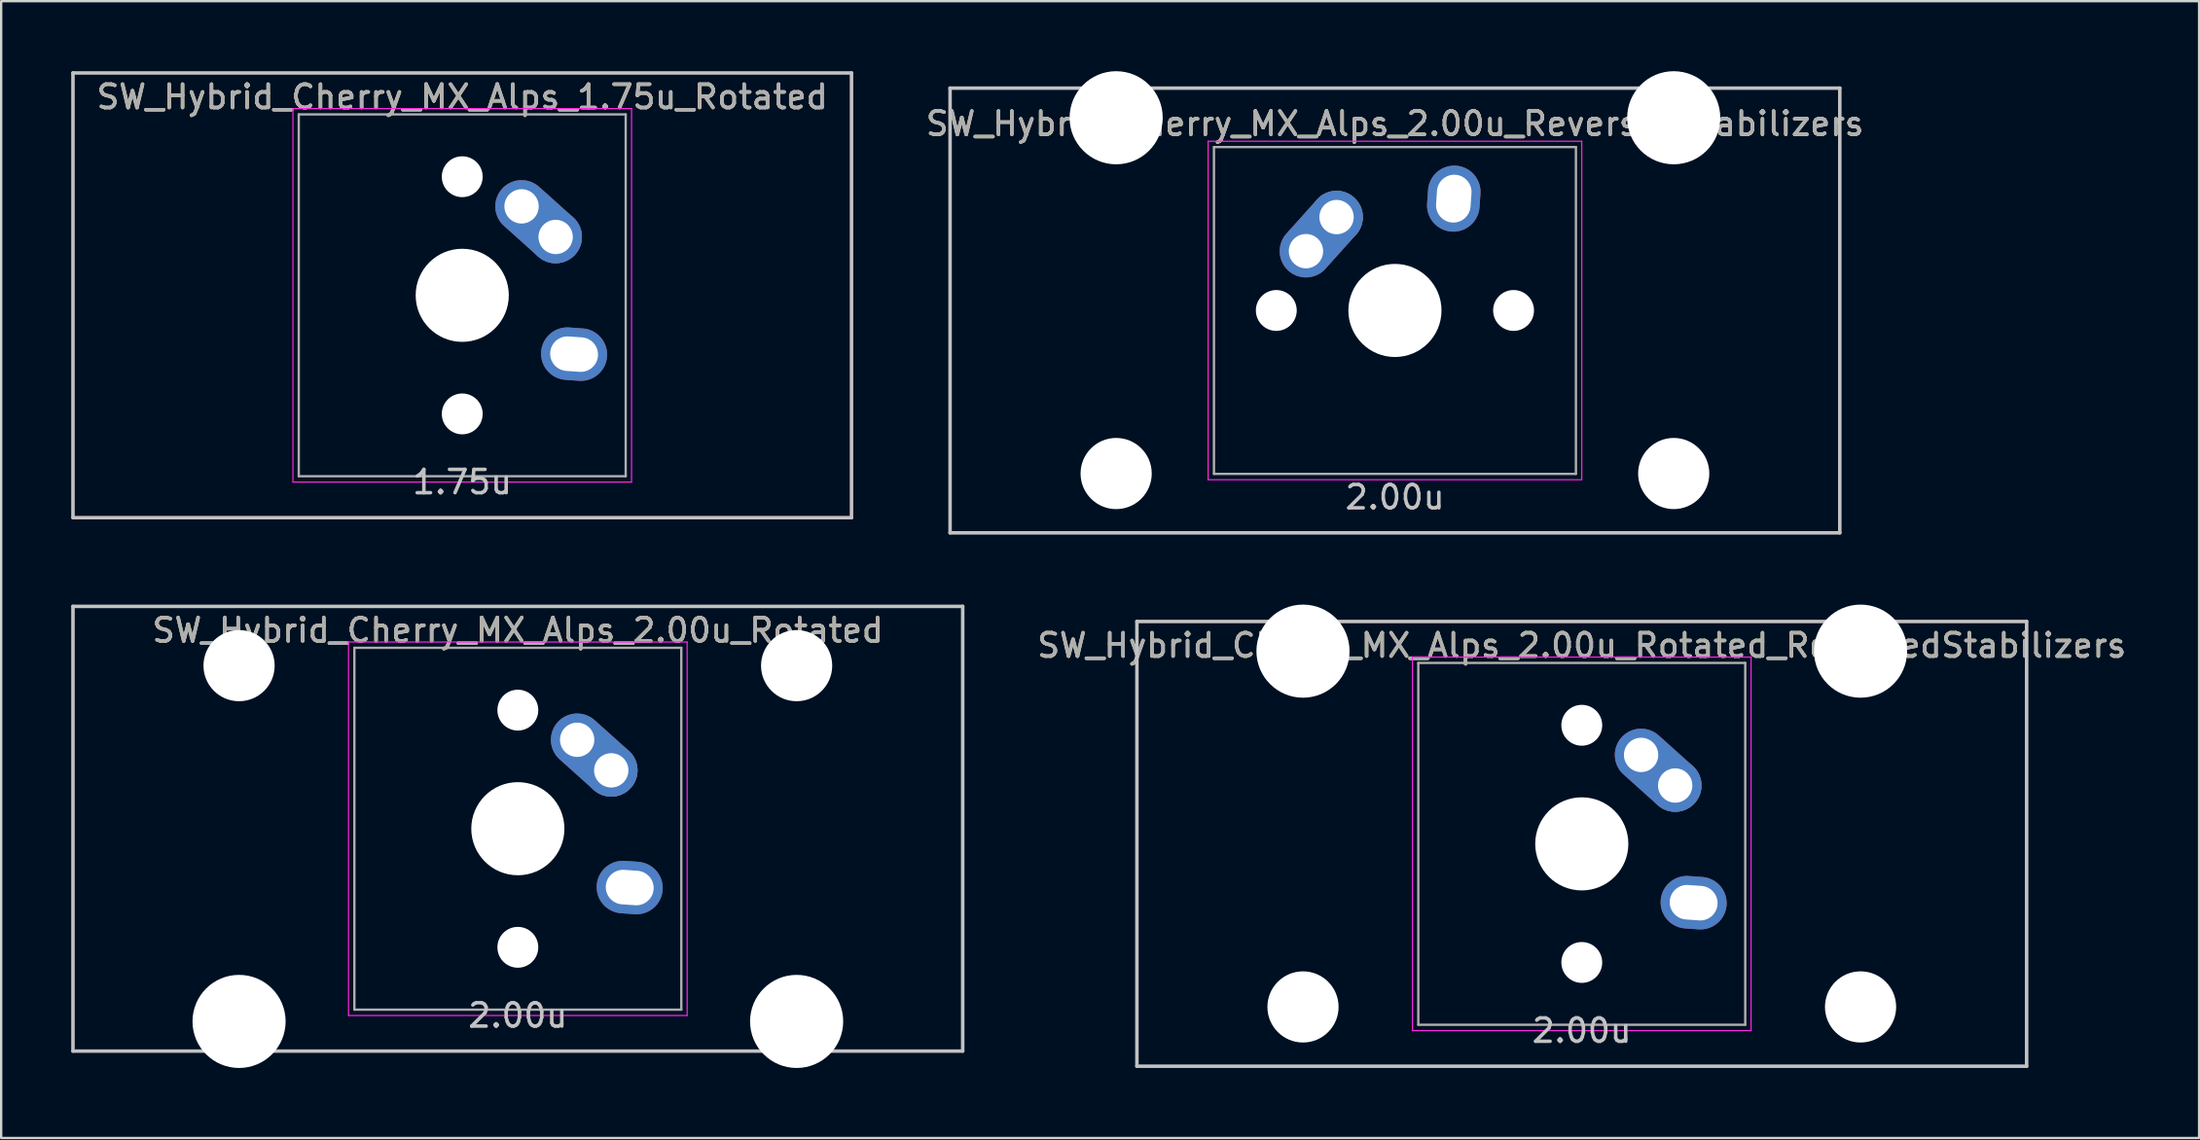
<source format=kicad_pcb>
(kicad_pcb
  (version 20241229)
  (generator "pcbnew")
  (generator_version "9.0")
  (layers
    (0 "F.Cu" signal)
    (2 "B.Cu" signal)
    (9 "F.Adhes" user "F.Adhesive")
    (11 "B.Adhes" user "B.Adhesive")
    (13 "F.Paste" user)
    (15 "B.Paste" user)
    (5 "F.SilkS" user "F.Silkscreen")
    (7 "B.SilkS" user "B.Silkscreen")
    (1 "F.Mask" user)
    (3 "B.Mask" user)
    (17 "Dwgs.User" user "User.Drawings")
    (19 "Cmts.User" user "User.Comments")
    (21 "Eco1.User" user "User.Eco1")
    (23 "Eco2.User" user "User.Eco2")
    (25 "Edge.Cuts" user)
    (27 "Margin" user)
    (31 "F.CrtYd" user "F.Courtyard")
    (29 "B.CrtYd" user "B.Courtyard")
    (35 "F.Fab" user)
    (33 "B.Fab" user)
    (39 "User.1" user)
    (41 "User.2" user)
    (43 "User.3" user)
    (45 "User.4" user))
  (footprint "SW_Hybrid_Cherry_MX_Alps_2.00u_Rotated"
    (layer "F.Cu")
    (at 19.125 32.449)
    (property "Reference" "SW_Hybrid_Cherry_MX_Alps_2.00u_Rotated" (at 0 -8.5 0) (layer "F.SilkS") (effects (font (size 1 1) (thickness 0.15))))
    (attr through_hole)
    (fp_line (start -19.05 -9.525) (end 19.05 -9.525) (stroke (width 0.15) (type solid)) (layer "Dwgs.User"))
    (fp_line (start -19.05 9.525) (end -19.05 -9.525) (stroke (width 0.15) (type solid)) (layer "Dwgs.User"))
    (fp_line (start -19.05 9.525) (end 19.05 9.525) (stroke (width 0.15) (type solid)) (layer "Dwgs.User"))
    (fp_line (start 19.05 -9.525) (end 19.05 9.525) (stroke (width 0.15) (type solid)) (layer "Dwgs.User"))
    (fp_line (start -7.25 -8) (end 7.25 -8) (stroke (width 0.05) (type solid)) (layer "F.CrtYd"))
    (fp_line (start -7.25 8) (end -7.25 -8) (stroke (width 0.05) (type solid)) (layer "F.CrtYd"))
    (fp_line (start 7.25 -8) (end 7.25 8) (stroke (width 0.05) (type solid)) (layer "F.CrtYd"))
    (fp_line (start 7.25 8) (end -7.25 8) (stroke (width 0.05) (type solid)) (layer "F.CrtYd"))
    (fp_line (start -7 -7.75) (end 7 -7.75) (stroke (width 0.1) (type solid)) (layer "F.Fab"))
    (fp_line (start -7 7.75) (end -7 -7.75) (stroke (width 0.1) (type solid)) (layer "F.Fab"))
    (fp_line (start 7 -7.75) (end 7 7.75) (stroke (width 0.1) (type solid)) (layer "F.Fab"))
    (fp_line (start 7 7.75) (end -7 7.75) (stroke (width 0.1) (type solid)) (layer "F.Fab"))
    (fp_text user "2.00u" (at 0 8 0) (layer "Dwgs.User") (effects (font (size 1 1) (thickness 0.15))))
    (fp_text user "${REFERENCE}" (at 0 -8.5 0) (layer "F.Fab") (effects (font (size 1 1) (thickness 0.15))))
    (pad "" np_thru_hole circle (at -11.938 -6.985) (size 3.048 3.048) (drill 3.048) (layers "*.Cu" "*.Mask"))
    (pad "" np_thru_hole circle (at -11.938 8.255) (size 3.988 3.988) (drill 3.988) (layers "*.Cu" "*.Mask"))
    (pad "" np_thru_hole circle (at 0 -5.08 318.1) (size 1.75 1.75) (drill 1.75) (layers "*.Cu" "*.Mask"))
    (pad "" np_thru_hole circle (at 0 0 270) (size 3.988 3.988) (drill 3.988) (layers "*.Cu" "*.Mask"))
    (pad "" np_thru_hole circle (at 0 5.08 318.1) (size 1.75 1.75) (drill 1.75) (layers "*.Cu" "*.Mask"))
    (pad "" np_thru_hole circle (at 11.938 -6.985) (size 3.048 3.048) (drill 3.048) (layers "*.Cu" "*.Mask"))
    (pad "" np_thru_hole circle (at 11.938 8.255) (size 3.988 3.988) (drill 3.988) (layers "*.Cu" "*.Mask"))
    (pad "1" thru_hole oval (at 2.54 -3.81 318.1) (size 4.212 2.25) (drill 1.47 (offset 0.981 0)) (layers "*.Cu" "B.Mask"))
    (pad "1" thru_hole circle (at 4 -2.5 270) (size 2.25 2.25) (drill 1.47) (layers "*.Cu" "B.Mask"))
    (pad "2" thru_hole oval (at 4.79 2.52 356) (size 2.831 2.25) (drill oval 2.051 1.48) (layers "*.Cu" "B.Mask")))
  (footprint "SW_Hybrid_Cherry_MX_Alps_2.00u_Rotated_ReversedStabilizers"
    (layer "F.Cu")
    (at 64.685 33.098)
    (property "Reference" "SW_Hybrid_Cherry_MX_Alps_2.00u_Rotated_ReversedStabilizers" (at 0 -8.5 0) (layer "F.SilkS") (effects (font (size 1 1) (thickness 0.15))))
    (attr through_hole)
    (fp_line (start -19.05 -9.525) (end 19.05 -9.525) (stroke (width 0.15) (type solid)) (layer "Dwgs.User"))
    (fp_line (start -19.05 9.525) (end -19.05 -9.525) (stroke (width 0.15) (type solid)) (layer "Dwgs.User"))
    (fp_line (start -19.05 9.525) (end 19.05 9.525) (stroke (width 0.15) (type solid)) (layer "Dwgs.User"))
    (fp_line (start 19.05 -9.525) (end 19.05 9.525) (stroke (width 0.15) (type solid)) (layer "Dwgs.User"))
    (fp_line (start -7.25 -8) (end 7.25 -8) (stroke (width 0.05) (type solid)) (layer "F.CrtYd"))
    (fp_line (start -7.25 8) (end -7.25 -8) (stroke (width 0.05) (type solid)) (layer "F.CrtYd"))
    (fp_line (start 7.25 -8) (end 7.25 8) (stroke (width 0.05) (type solid)) (layer "F.CrtYd"))
    (fp_line (start 7.25 8) (end -7.25 8) (stroke (width 0.05) (type solid)) (layer "F.CrtYd"))
    (fp_line (start -7 -7.75) (end 7 -7.75) (stroke (width 0.1) (type solid)) (layer "F.Fab"))
    (fp_line (start -7 7.75) (end -7 -7.75) (stroke (width 0.1) (type solid)) (layer "F.Fab"))
    (fp_line (start 7 -7.75) (end 7 7.75) (stroke (width 0.1) (type solid)) (layer "F.Fab"))
    (fp_line (start 7 7.75) (end -7 7.75) (stroke (width 0.1) (type solid)) (layer "F.Fab"))
    (fp_text user "2.00u" (at 0 8 0) (layer "Dwgs.User") (effects (font (size 1 1) (thickness 0.15))))
    (fp_text user "${REFERENCE}" (at 0 -8.5 0) (layer "F.Fab") (effects (font (size 1 1) (thickness 0.15))))
    (pad "" np_thru_hole circle (at -11.938 -8.255) (size 3.988 3.988) (drill 3.988) (layers "*.Cu" "*.Mask"))
    (pad "" np_thru_hole circle (at -11.938 6.985) (size 3.048 3.048) (drill 3.048) (layers "*.Cu" "*.Mask"))
    (pad "" np_thru_hole circle (at 0 -5.08 318.1) (size 1.75 1.75) (drill 1.75) (layers "*.Cu" "*.Mask"))
    (pad "" np_thru_hole circle (at 0 0 270) (size 3.988 3.988) (drill 3.988) (layers "*.Cu" "*.Mask"))
    (pad "" np_thru_hole circle (at 0 5.08 318.1) (size 1.75 1.75) (drill 1.75) (layers "*.Cu" "*.Mask"))
    (pad "" np_thru_hole circle (at 11.938 -8.255) (size 3.988 3.988) (drill 3.988) (layers "*.Cu" "*.Mask"))
    (pad "" np_thru_hole circle (at 11.938 6.985) (size 3.048 3.048) (drill 3.048) (layers "*.Cu" "*.Mask"))
    (pad "1" thru_hole oval (at 2.54 -3.81 318.1) (size 4.212 2.25) (drill 1.47 (offset 0.981 0)) (layers "*.Cu" "B.Mask"))
    (pad "1" thru_hole circle (at 4 -2.5 270) (size 2.25 2.25) (drill 1.47) (layers "*.Cu" "B.Mask"))
    (pad "2" thru_hole oval (at 4.79 2.52 356) (size 2.831 2.25) (drill oval 2.051 1.48) (layers "*.Cu" "B.Mask")))
  (footprint "SW_Hybrid_Cherry_MX_Alps_1.75u_Rotated"
    (layer "F.Cu")
    (at 16.744 9.6)
    (property "Reference" "SW_Hybrid_Cherry_MX_Alps_1.75u_Rotated" (at 0 -8.5 0) (layer "F.SilkS") (effects (font (size 1 1) (thickness 0.15))))
    (attr through_hole)
    (fp_line (start -16.669 -9.525) (end 16.669 -9.525) (stroke (width 0.15) (type solid)) (layer "Dwgs.User"))
    (fp_line (start -16.669 9.525) (end -16.669 -9.525) (stroke (width 0.15) (type solid)) (layer "Dwgs.User"))
    (fp_line (start 16.669 -9.525) (end 16.669 9.525) (stroke (width 0.15) (type solid)) (layer "Dwgs.User"))
    (fp_line (start 16.669 9.525) (end -16.669 9.525) (stroke (width 0.15) (type solid)) (layer "Dwgs.User"))
    (fp_line (start -7.25 -8) (end 7.25 -8) (stroke (width 0.05) (type solid)) (layer "F.CrtYd"))
    (fp_line (start -7.25 8) (end -7.25 -8) (stroke (width 0.05) (type solid)) (layer "F.CrtYd"))
    (fp_line (start 7.25 -8) (end 7.25 8) (stroke (width 0.05) (type solid)) (layer "F.CrtYd"))
    (fp_line (start 7.25 8) (end -7.25 8) (stroke (width 0.05) (type solid)) (layer "F.CrtYd"))
    (fp_line (start -7 -7.75) (end 7 -7.75) (stroke (width 0.1) (type solid)) (layer "F.Fab"))
    (fp_line (start -7 7.75) (end -7 -7.75) (stroke (width 0.1) (type solid)) (layer "F.Fab"))
    (fp_line (start 7 -7.75) (end 7 7.75) (stroke (width 0.1) (type solid)) (layer "F.Fab"))
    (fp_line (start 7 7.75) (end -7 7.75) (stroke (width 0.1) (type solid)) (layer "F.Fab"))
    (fp_text user "1.75u" (at 0 8 0) (layer "Dwgs.User") (effects (font (size 1 1) (thickness 0.15))))
    (fp_text user "${REFERENCE}" (at 0 -8.5 0) (layer "F.Fab") (effects (font (size 1 1) (thickness 0.15))))
    (pad "" np_thru_hole circle (at 0 -5.08 318.1) (size 1.75 1.75) (drill 1.75) (layers "*.Cu" "*.Mask"))
    (pad "" np_thru_hole circle (at 0 0 270) (size 3.988 3.988) (drill 3.988) (layers "*.Cu" "*.Mask"))
    (pad "" np_thru_hole circle (at 0 5.08 318.1) (size 1.75 1.75) (drill 1.75) (layers "*.Cu" "*.Mask"))
    (pad "1" thru_hole oval (at 2.54 -3.81 318.1) (size 4.212 2.25) (drill 1.47 (offset 0.981 0)) (layers "*.Cu" "B.Mask"))
    (pad "1" thru_hole circle (at 4 -2.5 270) (size 2.25 2.25) (drill 1.47) (layers "*.Cu" "B.Mask"))
    (pad "2" thru_hole oval (at 4.79 2.52 356) (size 2.831 2.25) (drill oval 2.051 1.48) (layers "*.Cu" "B.Mask")))
  (footprint "SW_Hybrid_Cherry_MX_Alps_2.00u_ReversedStabilizers"
    (layer "F.Cu")
    (at 56.684 10.249)
    (property "Reference" "SW_Hybrid_Cherry_MX_Alps_2.00u_ReversedStabilizers" (at 0 -8 0) (layer "F.SilkS") (effects (font (size 1 1) (thickness 0.15))))
    (attr through_hole)
    (fp_line (start -19.05 -9.525) (end 19.05 -9.525) (stroke (width 0.15) (type solid)) (layer "Dwgs.User"))
    (fp_line (start -19.05 9.525) (end -19.05 -9.525) (stroke (width 0.15) (type solid)) (layer "Dwgs.User"))
    (fp_line (start -19.05 9.525) (end 19.05 9.525) (stroke (width 0.15) (type solid)) (layer "Dwgs.User"))
    (fp_line (start 19.05 -9.525) (end 19.05 9.525) (stroke (width 0.15) (type solid)) (layer "Dwgs.User"))
    (fp_line (start -8 -7.25) (end 8 -7.25) (stroke (width 0.05) (type solid)) (layer "F.CrtYd"))
    (fp_line (start -8 7.25) (end -8 -7.25) (stroke (width 0.05) (type solid)) (layer "F.CrtYd"))
    (fp_line (start 8 -7.25) (end 8 7.25) (stroke (width 0.05) (type solid)) (layer "F.CrtYd"))
    (fp_line (start 8 7.25) (end -8 7.25) (stroke (width 0.05) (type solid)) (layer "F.CrtYd"))
    (fp_line (start -7.75 -7) (end 7.75 -7) (stroke (width 0.1) (type solid)) (layer "F.Fab"))
    (fp_line (start -7.75 7) (end -7.75 -7) (stroke (width 0.1) (type solid)) (layer "F.Fab"))
    (fp_line (start 7.75 -7) (end 7.75 7) (stroke (width 0.1) (type solid)) (layer "F.Fab"))
    (fp_line (start 7.75 7) (end -7.75 7) (stroke (width 0.1) (type solid)) (layer "F.Fab"))
    (fp_text user "2.00u" (at 0 8 0) (layer "Dwgs.User") (effects (font (size 1 1) (thickness 0.15))))
    (fp_text user "${REFERENCE}" (at 0 -8 0) (layer "F.Fab") (effects (font (size 1 1) (thickness 0.15))))
    (pad "" np_thru_hole circle (at -11.938 -8.255) (size 3.988 3.988) (drill 3.988) (layers "*.Cu" "*.Mask"))
    (pad "" np_thru_hole circle (at -11.938 6.985) (size 3.048 3.048) (drill 3.048) (layers "*.Cu" "*.Mask"))
    (pad "" np_thru_hole circle (at -5.08 0 48.1) (size 1.75 1.75) (drill 1.75) (layers "*.Cu" "*.Mask"))
    (pad "" np_thru_hole circle (at 0 0) (size 3.988 3.988) (drill 3.988) (layers "*.Cu" "*.Mask"))
    (pad "" np_thru_hole circle (at 5.08 0 48.1) (size 1.75 1.75) (drill 1.75) (layers "*.Cu" "*.Mask"))
    (pad "" np_thru_hole circle (at 11.938 -8.255) (size 3.988 3.988) (drill 3.988) (layers "*.Cu" "*.Mask"))
    (pad "" np_thru_hole circle (at 11.938 6.985) (size 3.048 3.048) (drill 3.048) (layers "*.Cu" "*.Mask"))
    (pad "1" thru_hole oval (at -3.81 -2.54 48.1) (size 4.212 2.25) (drill 1.47 (offset 0.981 0)) (layers "*.Cu" "B.Mask"))
    (pad "1" thru_hole circle (at -2.5 -4) (size 2.25 2.25) (drill 1.47) (layers "*.Cu" "B.Mask"))
    (pad "2" thru_hole oval (at 2.52 -4.79 86) (size 2.831 2.25) (drill oval 2.051 1.48) (layers "*.Cu" "B.Mask")))
  (gr_rect
    (start -3 -3)
    (end 91.119 45.698)
    (stroke (width 0.1) (type default))
    (fill no)
    (layer "Edge.Cuts")))
</source>
